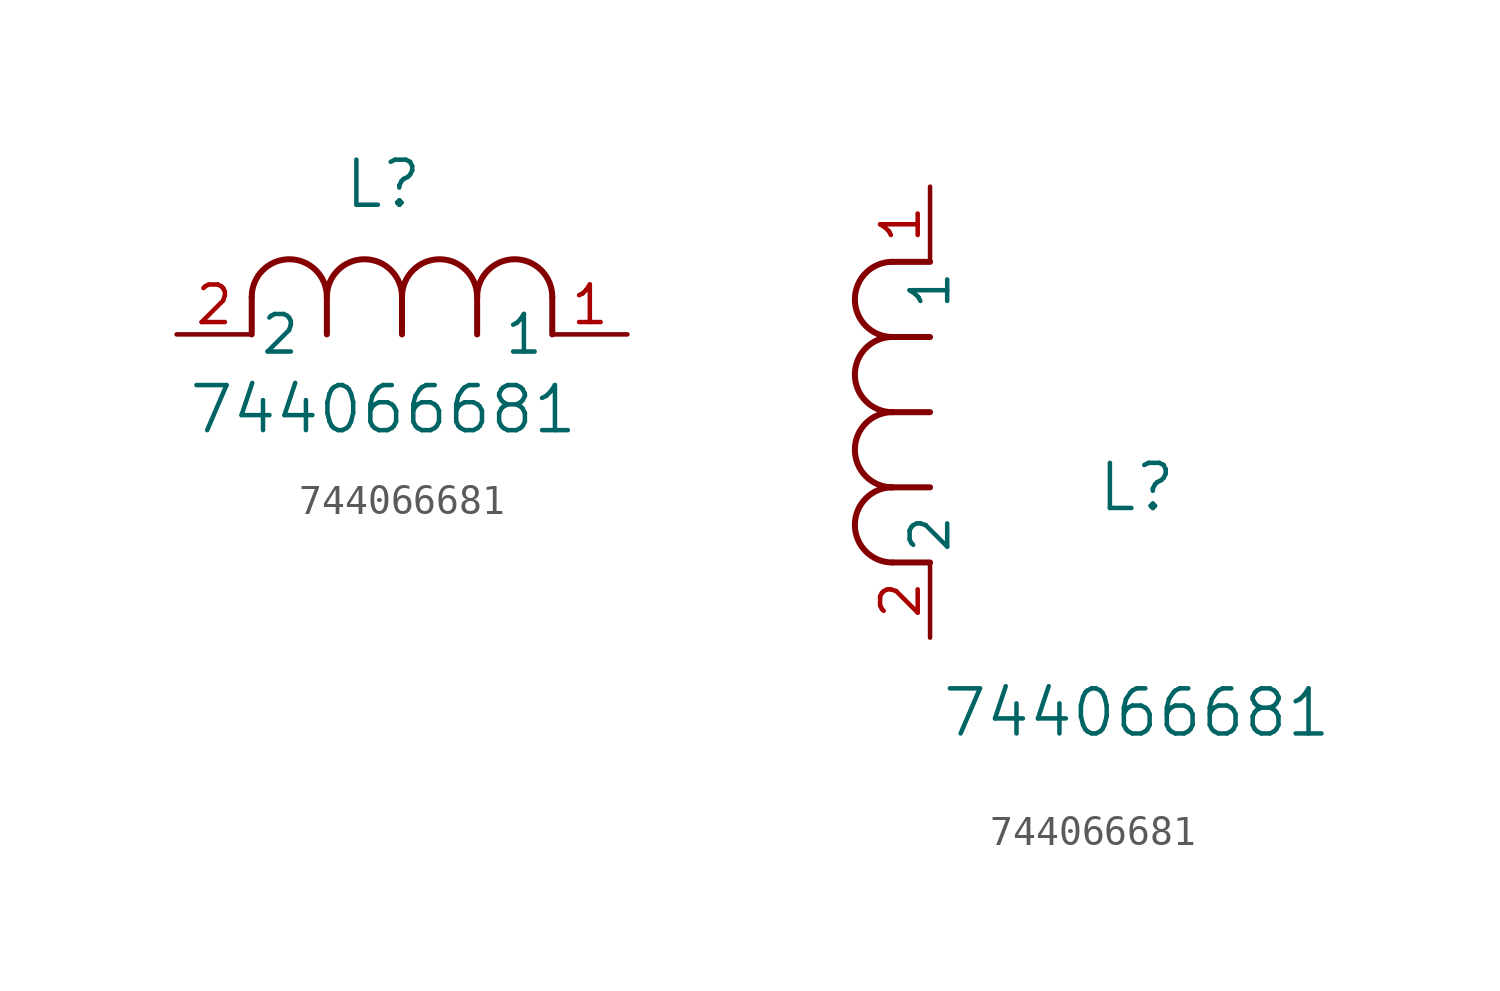
<source format=kicad_sym>
(kicad_symbol_lib
  (version 20211014)
  (generator kicad_symbol_editor)
  (symbol "744066681"
    (pin_names
      (offset 0.254))
    (property "Reference" "L"
      (at 6.985 5.08 0)
      (effects (font (size 1.524 1.524))))
    (property "Value" "744066681"
      (at 6.985 -2.54 0)
      (effects (font (size 1.524 1.524))))
    (symbol "744066681_1_1"
      (arc (start 7.62 1.27) (mid 6.35 2.54) (end 5.08 1.27) (stroke (width 0.2032) (type default) (color 0 0 0 0)) (fill (type none)))
      (polyline (pts (xy 5.08 0) (xy 5.08 1.27)) (stroke (width 0.203) (type default) (color 0 0 0 0)) (fill (type none)))
      (polyline (pts (xy 7.62 0) (xy 7.62 1.27)) (stroke (width 0.203) (type default) (color 0 0 0 0)) (fill (type none)))
      (polyline (pts (xy 12.7 0) (xy 12.7 1.27)) (stroke (width 0.203) (type default) (color 0 0 0 0)) (fill (type none)))
      (arc (start 5.08 1.27) (mid 3.81 2.54) (end 2.54 1.27) (stroke (width 0.2032) (type default) (color 0 0 0 0)) (fill (type none)))
      (arc (start 10.16 1.27) (mid 8.89 2.54) (end 7.62 1.27) (stroke (width 0.2032) (type default) (color 0 0 0 0)) (fill (type none)))
      (arc (start 12.7 1.27) (mid 11.43 2.54) (end 10.16 1.27) (stroke (width 0.2032) (type default) (color 0 0 0 0)) (fill (type none)))
      (polyline (pts (xy 2.54 0) (xy 2.54 1.27)) (stroke (width 0.203) (type default) (color 0 0 0 0)) (fill (type none)))
      (polyline (pts (xy 10.16 0) (xy 10.16 1.27)) (stroke (width 0.203) (type default) (color 0 0 0 0)) (fill (type none)))
      (pin unspecified line (at 0 0 0) (length 2.54) (name "2" (effects (font (size 1.27 1.27)))) (number "2" (effects (font (size 1.27 1.27)))))
      (pin unspecified line (at 15.24 0 180) (length 2.54) (name "1" (effects (font (size 1.27 1.27)))) (number "1" (effects (font (size 1.27 1.27))))))
    (symbol "744066681_1_2"
      (arc (start -1.27 7.62) (mid -2.54 6.35) (end -1.27 5.08) (stroke (width 0.2032) (type default) (color 0 0 0 0)) (fill (type none)))
      (arc (start -1.27 5.08) (mid -2.54 3.81) (end -1.27 2.54) (stroke (width 0.2032) (type default) (color 0 0 0 0)) (fill (type none)))
      (arc (start -1.27 12.7) (mid -2.54 11.43) (end -1.27 10.16) (stroke (width 0.2032) (type default) (color 0 0 0 0)) (fill (type none)))
      (arc (start -1.27 10.16) (mid -2.54 8.89) (end -1.27 7.62) (stroke (width 0.2032) (type default) (color 0 0 0 0)) (fill (type none)))
      (polyline (pts (xy 0 7.62) (xy -1.27 7.62)) (stroke (width 0.203) (type default) (color 0 0 0 0)) (fill (type none)))
      (polyline (pts (xy 0 5.08) (xy -1.27 5.08)) (stroke (width 0.203) (type default) (color 0 0 0 0)) (fill (type none)))
      (polyline (pts (xy 0 12.7) (xy -1.27 12.7)) (stroke (width 0.203) (type default) (color 0 0 0 0)) (fill (type none)))
      (polyline (pts (xy 0 2.54) (xy -1.27 2.54)) (stroke (width 0.203) (type default) (color 0 0 0 0)) (fill (type none)))
      (polyline (pts (xy 0 10.16) (xy -1.27 10.16)) (stroke (width 0.203) (type default) (color 0 0 0 0)) (fill (type none)))
      (pin unspecified line (at 0 0 90) (length 2.54) (name "2" (effects (font (size 1.27 1.27)))) (number "2" (effects (font (size 1.27 1.27)))))
      (pin unspecified line (at 0 15.24 270) (length 2.54) (name "1" (effects (font (size 1.27 1.27)))) (number "1" (effects (font (size 1.27 1.27))))))))
</source>
